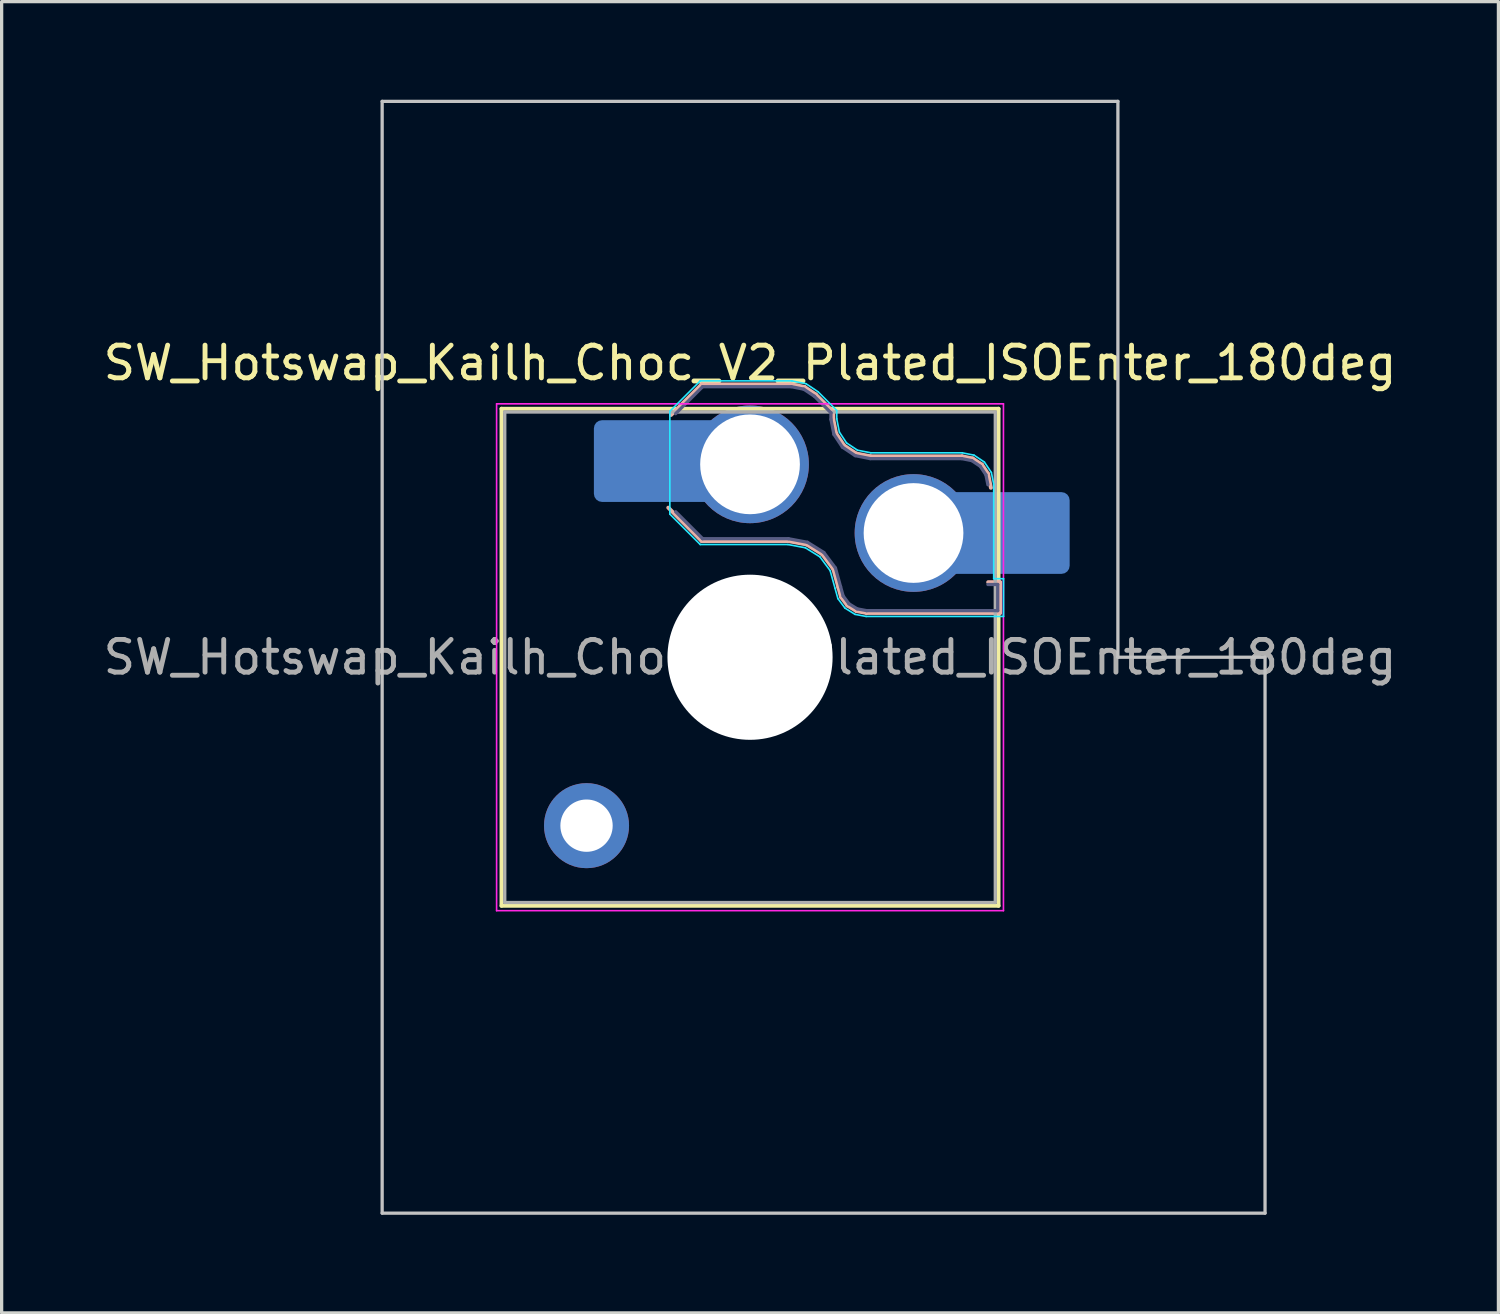
<source format=kicad_pcb>
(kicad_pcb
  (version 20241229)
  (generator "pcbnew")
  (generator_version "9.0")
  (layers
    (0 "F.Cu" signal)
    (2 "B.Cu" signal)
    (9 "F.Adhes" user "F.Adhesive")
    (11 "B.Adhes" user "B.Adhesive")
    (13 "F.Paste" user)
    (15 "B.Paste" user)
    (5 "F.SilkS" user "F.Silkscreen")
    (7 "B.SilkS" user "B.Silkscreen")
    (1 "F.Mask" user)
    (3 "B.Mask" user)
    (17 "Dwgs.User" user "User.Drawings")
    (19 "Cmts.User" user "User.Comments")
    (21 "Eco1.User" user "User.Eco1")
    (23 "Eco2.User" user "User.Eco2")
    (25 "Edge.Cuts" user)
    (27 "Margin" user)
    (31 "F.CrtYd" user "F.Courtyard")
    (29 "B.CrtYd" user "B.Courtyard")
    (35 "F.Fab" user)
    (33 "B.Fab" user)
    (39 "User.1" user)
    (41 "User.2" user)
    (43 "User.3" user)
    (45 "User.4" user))
  (footprint "SW_Hotswap_Kailh_Choc_V2_Plated_ISOEnter_180deg"
    (layer "F.Cu")
    (at 19.887 17.05)
    (property "Reference" "SW_Hotswap_Kailh_Choc_V2_Plated_ISOEnter_180deg" (at 0 -9 0) (layer "F.SilkS") (effects (font (size 1 1) (thickness 0.15))))
    (attr smd)
    (fp_line (start -7.6 -7.6) (end -7.6 7.6) (stroke (width 0.12) (type solid)) (layer "F.SilkS"))
    (fp_line (start -7.6 7.6) (end 7.6 7.6) (stroke (width 0.12) (type solid)) (layer "F.SilkS"))
    (fp_line (start 7.6 -7.6) (end -7.6 -7.6) (stroke (width 0.12) (type solid)) (layer "F.SilkS"))
    (fp_line (start 7.6 7.6) (end 7.6 -7.6) (stroke (width 0.12) (type solid)) (layer "F.SilkS"))
    (fp_line (start -2.416 -7.409) (end -1.479 -8.346) (stroke (width 0.12) (type solid)) (layer "B.SilkS"))
    (fp_line (start -1.479 -8.346) (end 1.268 -8.346) (stroke (width 0.12) (type solid)) (layer "B.SilkS"))
    (fp_line (start -1.479 -3.554) (end -2.5 -4.575) (stroke (width 0.12) (type solid)) (layer "B.SilkS"))
    (fp_line (start 1.168 -3.554) (end -1.479 -3.554) (stroke (width 0.12) (type solid)) (layer "B.SilkS"))
    (fp_line (start 1.268 -8.346) (end 1.671 -8.266) (stroke (width 0.12) (type solid)) (layer "B.SilkS"))
    (fp_line (start 1.671 -8.266) (end 2.013 -8.037) (stroke (width 0.12) (type solid)) (layer "B.SilkS"))
    (fp_line (start 1.73 -3.449) (end 1.168 -3.554) (stroke (width 0.12) (type solid)) (layer "B.SilkS"))
    (fp_line (start 2.013 -8.037) (end 2.546 -7.504) (stroke (width 0.12) (type solid)) (layer "B.SilkS"))
    (fp_line (start 2.209 -3.15) (end 1.73 -3.449) (stroke (width 0.12) (type solid)) (layer "B.SilkS"))
    (fp_line (start 2.546 -7.504) (end 2.546 -7.282) (stroke (width 0.12) (type solid)) (layer "B.SilkS"))
    (fp_line (start 2.546 -7.282) (end 2.633 -6.844) (stroke (width 0.12) (type solid)) (layer "B.SilkS"))
    (fp_line (start 2.547 -2.697) (end 2.209 -3.15) (stroke (width 0.12) (type solid)) (layer "B.SilkS"))
    (fp_line (start 2.633 -6.844) (end 2.877 -6.477) (stroke (width 0.12) (type solid)) (layer "B.SilkS"))
    (fp_line (start 2.701 -2.139) (end 2.547 -2.697) (stroke (width 0.12) (type solid)) (layer "B.SilkS"))
    (fp_line (start 2.783 -1.841) (end 2.701 -2.139) (stroke (width 0.12) (type solid)) (layer "B.SilkS"))
    (fp_line (start 2.877 -6.477) (end 3.244 -6.233) (stroke (width 0.12) (type solid)) (layer "B.SilkS"))
    (fp_line (start 2.976 -1.583) (end 2.783 -1.841) (stroke (width 0.12) (type solid)) (layer "B.SilkS"))
    (fp_line (start 3.244 -6.233) (end 3.682 -6.146) (stroke (width 0.12) (type solid)) (layer "B.SilkS"))
    (fp_line (start 3.25 -1.413) (end 2.976 -1.583) (stroke (width 0.12) (type solid)) (layer "B.SilkS"))
    (fp_line (start 3.56 -1.354) (end 3.25 -1.413) (stroke (width 0.12) (type solid)) (layer "B.SilkS"))
    (fp_line (start 3.682 -6.146) (end 6.482 -6.146) (stroke (width 0.12) (type solid)) (layer "B.SilkS"))
    (fp_line (start 6.482 -6.146) (end 6.809 -6.081) (stroke (width 0.12) (type solid)) (layer "B.SilkS"))
    (fp_line (start 6.809 -6.081) (end 7.092 -5.892) (stroke (width 0.12) (type solid)) (layer "B.SilkS"))
    (fp_line (start 7.092 -5.892) (end 7.281 -5.609) (stroke (width 0.12) (type solid)) (layer "B.SilkS"))
    (fp_line (start 7.281 -5.609) (end 7.366 -5.182) (stroke (width 0.12) (type solid)) (layer "B.SilkS"))
    (fp_line (start 7.283 -2.296) (end 7.646 -2.296) (stroke (width 0.12) (type solid)) (layer "B.SilkS"))
    (fp_line (start 7.646 -2.296) (end 7.646 -1.354) (stroke (width 0.12) (type solid)) (layer "B.SilkS"))
    (fp_line (start 7.646 -1.354) (end 3.56 -1.354) (stroke (width 0.12) (type solid)) (layer "B.SilkS"))
    (fp_line (start -11.25 -17) (end -11.25 17) (stroke (width 0.1) (type solid)) (layer "Dwgs.User"))
    (fp_line (start -11.25 17) (end 15.75 17) (stroke (width 0.1) (type solid)) (layer "Dwgs.User"))
    (fp_line (start 11.25 -17) (end -11.25 -17) (stroke (width 0.1) (type solid)) (layer "Dwgs.User"))
    (fp_line (start 11.25 0) (end 11.25 -17) (stroke (width 0.1) (type solid)) (layer "Dwgs.User"))
    (fp_line (start 15.75 0) (end 11.25 0) (stroke (width 0.1) (type solid)) (layer "Dwgs.User"))
    (fp_line (start 15.75 17) (end 15.75 0) (stroke (width 0.1) (type solid)) (layer "Dwgs.User"))
    (fp_line (start -7.25 -7.25) (end -7.25 7.25) (stroke (width 0.1) (type solid)) (layer "Eco1.User"))
    (fp_line (start -7.25 7.25) (end 7.25 7.25) (stroke (width 0.1) (type solid)) (layer "Eco1.User"))
    (fp_line (start 7.25 -7.25) (end -7.25 -7.25) (stroke (width 0.1) (type solid)) (layer "Eco1.User"))
    (fp_line (start 7.25 7.25) (end 7.25 -7.25) (stroke (width 0.1) (type solid)) (layer "Eco1.User"))
    (fp_line (start -2.452 -7.523) (end -1.523 -8.452) (stroke (width 0.05) (type solid)) (layer "B.CrtYd"))
    (fp_line (start -2.452 -4.377) (end -2.452 -7.523) (stroke (width 0.05) (type solid)) (layer "B.CrtYd"))
    (fp_line (start -1.523 -8.452) (end 1.278 -8.452) (stroke (width 0.05) (type solid)) (layer "B.CrtYd"))
    (fp_line (start -1.523 -3.448) (end -2.452 -4.377) (stroke (width 0.05) (type solid)) (layer "B.CrtYd"))
    (fp_line (start 1.159 -3.448) (end -1.523 -3.448) (stroke (width 0.05) (type solid)) (layer "B.CrtYd"))
    (fp_line (start 1.278 -8.452) (end 1.712 -8.366) (stroke (width 0.05) (type solid)) (layer "B.CrtYd"))
    (fp_line (start 1.691 -3.348) (end 1.159 -3.448) (stroke (width 0.05) (type solid)) (layer "B.CrtYd"))
    (fp_line (start 1.712 -8.366) (end 2.081 -8.119) (stroke (width 0.05) (type solid)) (layer "B.CrtYd"))
    (fp_line (start 2.081 -8.119) (end 2.652 -7.548) (stroke (width 0.05) (type solid)) (layer "B.CrtYd"))
    (fp_line (start 2.136 -3.071) (end 1.691 -3.348) (stroke (width 0.05) (type solid)) (layer "B.CrtYd"))
    (fp_line (start 2.45 -2.65) (end 2.136 -3.071) (stroke (width 0.05) (type solid)) (layer "B.CrtYd"))
    (fp_line (start 2.599 -2.111) (end 2.45 -2.65) (stroke (width 0.05) (type solid)) (layer "B.CrtYd"))
    (fp_line (start 2.652 -7.548) (end 2.652 -7.292) (stroke (width 0.05) (type solid)) (layer "B.CrtYd"))
    (fp_line (start 2.652 -7.292) (end 2.733 -6.885) (stroke (width 0.05) (type solid)) (layer "B.CrtYd"))
    (fp_line (start 2.687 -1.794) (end 2.599 -2.111) (stroke (width 0.05) (type solid)) (layer "B.CrtYd"))
    (fp_line (start 2.733 -6.885) (end 2.953 -6.553) (stroke (width 0.05) (type solid)) (layer "B.CrtYd"))
    (fp_line (start 2.903 -1.503) (end 2.687 -1.794) (stroke (width 0.05) (type solid)) (layer "B.CrtYd"))
    (fp_line (start 2.953 -6.553) (end 3.285 -6.333) (stroke (width 0.05) (type solid)) (layer "B.CrtYd"))
    (fp_line (start 3.211 -1.312) (end 2.903 -1.503) (stroke (width 0.05) (type solid)) (layer "B.CrtYd"))
    (fp_line (start 3.285 -6.333) (end 3.692 -6.252) (stroke (width 0.05) (type solid)) (layer "B.CrtYd"))
    (fp_line (start 3.55 -1.248) (end 3.211 -1.312) (stroke (width 0.05) (type solid)) (layer "B.CrtYd"))
    (fp_line (start 3.692 -6.252) (end 6.492 -6.252) (stroke (width 0.05) (type solid)) (layer "B.CrtYd"))
    (fp_line (start 6.492 -6.252) (end 6.85 -6.181) (stroke (width 0.05) (type solid)) (layer "B.CrtYd"))
    (fp_line (start 6.85 -6.181) (end 7.168 -5.968) (stroke (width 0.05) (type solid)) (layer "B.CrtYd"))
    (fp_line (start 7.168 -5.968) (end 7.381 -5.65) (stroke (width 0.05) (type solid)) (layer "B.CrtYd"))
    (fp_line (start 7.381 -5.65) (end 7.452 -5.292) (stroke (width 0.05) (type solid)) (layer "B.CrtYd"))
    (fp_line (start 7.452 -5.292) (end 7.452 -2.402) (stroke (width 0.05) (type solid)) (layer "B.CrtYd"))
    (fp_line (start 7.452 -2.402) (end 7.752 -2.402) (stroke (width 0.05) (type solid)) (layer "B.CrtYd"))
    (fp_line (start 7.752 -2.402) (end 7.752 -1.248) (stroke (width 0.05) (type solid)) (layer "B.CrtYd"))
    (fp_line (start 7.752 -1.248) (end 3.55 -1.248) (stroke (width 0.05) (type solid)) (layer "B.CrtYd"))
    (fp_line (start -7.75 -7.75) (end -7.75 7.75) (stroke (width 0.05) (type solid)) (layer "F.CrtYd"))
    (fp_line (start -7.75 7.75) (end 7.75 7.75) (stroke (width 0.05) (type solid)) (layer "F.CrtYd"))
    (fp_line (start 7.75 -7.75) (end -7.75 -7.75) (stroke (width 0.05) (type solid)) (layer "F.CrtYd"))
    (fp_line (start 7.75 7.75) (end 7.75 -7.75) (stroke (width 0.05) (type solid)) (layer "F.CrtYd"))
    (fp_line (start -2.275 -7.45) (end -1.45 -8.275) (stroke (width 0.1) (type solid)) (layer "B.Fab"))
    (fp_line (start -1.45 -8.275) (end 1.261 -8.275) (stroke (width 0.1) (type solid)) (layer "B.Fab"))
    (fp_line (start -1.45 -3.625) (end -2.275 -4.45) (stroke (width 0.1) (type solid)) (layer "B.Fab"))
    (fp_line (start 1.175 -3.625) (end -1.45 -3.625) (stroke (width 0.1) (type solid)) (layer "B.Fab"))
    (fp_line (start 1.261 -8.275) (end 1.643 -8.199) (stroke (width 0.1) (type solid)) (layer "B.Fab"))
    (fp_line (start 1.643 -8.199) (end 1.968 -7.982) (stroke (width 0.1) (type solid)) (layer "B.Fab"))
    (fp_line (start 1.756 -3.516) (end 1.175 -3.625) (stroke (width 0.1) (type solid)) (layer "B.Fab"))
    (fp_line (start 1.968 -7.982) (end 2.475 -7.475) (stroke (width 0.1) (type solid)) (layer "B.Fab"))
    (fp_line (start 2.258 -3.203) (end 1.756 -3.516) (stroke (width 0.1) (type solid)) (layer "B.Fab"))
    (fp_line (start 2.475 -7.475) (end 2.475 -7.275) (stroke (width 0.1) (type solid)) (layer "B.Fab"))
    (fp_line (start 2.475 -7.275) (end 2.566 -6.816) (stroke (width 0.1) (type solid)) (layer "B.Fab"))
    (fp_line (start 2.566 -6.816) (end 2.826 -6.426) (stroke (width 0.1) (type solid)) (layer "B.Fab"))
    (fp_line (start 2.612 -2.729) (end 2.258 -3.203) (stroke (width 0.1) (type solid)) (layer "B.Fab"))
    (fp_line (start 2.769 -2.158) (end 2.612 -2.729) (stroke (width 0.1) (type solid)) (layer "B.Fab"))
    (fp_line (start 2.826 -6.426) (end 3.216 -6.166) (stroke (width 0.1) (type solid)) (layer "B.Fab"))
    (fp_line (start 2.848 -1.873) (end 2.769 -2.158) (stroke (width 0.1) (type solid)) (layer "B.Fab"))
    (fp_line (start 3.025 -1.636) (end 2.848 -1.873) (stroke (width 0.1) (type solid)) (layer "B.Fab"))
    (fp_line (start 3.216 -6.166) (end 3.675 -6.075) (stroke (width 0.1) (type solid)) (layer "B.Fab"))
    (fp_line (start 3.276 -1.48) (end 3.025 -1.636) (stroke (width 0.1) (type solid)) (layer "B.Fab"))
    (fp_line (start 3.567 -1.425) (end 3.276 -1.48) (stroke (width 0.1) (type solid)) (layer "B.Fab"))
    (fp_line (start 3.675 -6.075) (end 6.475 -6.075) (stroke (width 0.1) (type solid)) (layer "B.Fab"))
    (fp_line (start 6.475 -6.075) (end 6.781 -6.014) (stroke (width 0.1) (type solid)) (layer "B.Fab"))
    (fp_line (start 6.781 -6.014) (end 7.041 -5.841) (stroke (width 0.1) (type solid)) (layer "B.Fab"))
    (fp_line (start 7.041 -5.841) (end 7.214 -5.581) (stroke (width 0.1) (type solid)) (layer "B.Fab"))
    (fp_line (start 7.214 -5.581) (end 7.275 -5.275) (stroke (width 0.1) (type solid)) (layer "B.Fab"))
    (fp_line (start 7.275 -2.225) (end 7.575 -2.225) (stroke (width 0.1) (type solid)) (layer "B.Fab"))
    (fp_line (start 7.575 -2.225) (end 7.575 -1.425) (stroke (width 0.1) (type solid)) (layer "B.Fab"))
    (fp_line (start 7.575 -1.425) (end 3.567 -1.425) (stroke (width 0.1) (type solid)) (layer "B.Fab"))
    (fp_line (start -7.5 -7.5) (end -7.5 7.5) (stroke (width 0.1) (type solid)) (layer "F.Fab"))
    (fp_line (start -7.5 7.5) (end 7.5 7.5) (stroke (width 0.1) (type solid)) (layer "F.Fab"))
    (fp_line (start 7.5 -7.5) (end -7.5 -7.5) (stroke (width 0.1) (type solid)) (layer "F.Fab"))
    (fp_line (start 7.5 7.5) (end 7.5 -7.5) (stroke (width 0.1) (type solid)) (layer "F.Fab"))
    (fp_text user "${REFERENCE}" (at 0 0 0) (layer "F.Fab") (effects (font (size 1 1) (thickness 0.15))))
    (pad "" thru_hole circle (at -5 5.15) (size 2.6 2.6) (drill 1.6) (layers "*.Cu" "*.Mask"))
    (pad "" smd roundrect (at -3.5 -6) (size 2.55 2.5) (layers "B.Mask" "B.Paste") (roundrect_rratio 0.1))
    (pad "" np_thru_hole circle (at 0 0) (size 5.05 5.05) (drill 5.05) (layers "*.Cu" "*.Mask"))
    (pad "" smd roundrect (at 8.5 -3.8) (size 2.55 2.5) (layers "B.Mask" "B.Paste") (roundrect_rratio 0.1))
    (pad "1" smd roundrect (at -2.85 -6) (size 3.85 2.5) (layers "B.Cu") (roundrect_rratio 0.1))
    (pad "1" thru_hole circle (at 0 -5.9) (size 3.6 3.6) (drill 3.05) (layers "*.Cu" "*.Mask"))
    (pad "2" thru_hole circle (at 5 -3.8) (size 3.6 3.6) (drill 3.05) (layers "*.Cu" "*.Mask"))
    (pad "2" smd roundrect (at 7.85 -3.8) (size 3.85 2.5) (layers "B.Cu") (roundrect_rratio 0.1)))
  (gr_rect
    (start -3 -3)
    (end 42.774 37.1)
    (stroke (width 0.1) (type default))
    (fill no)
    (layer "Edge.Cuts")))
</source>
